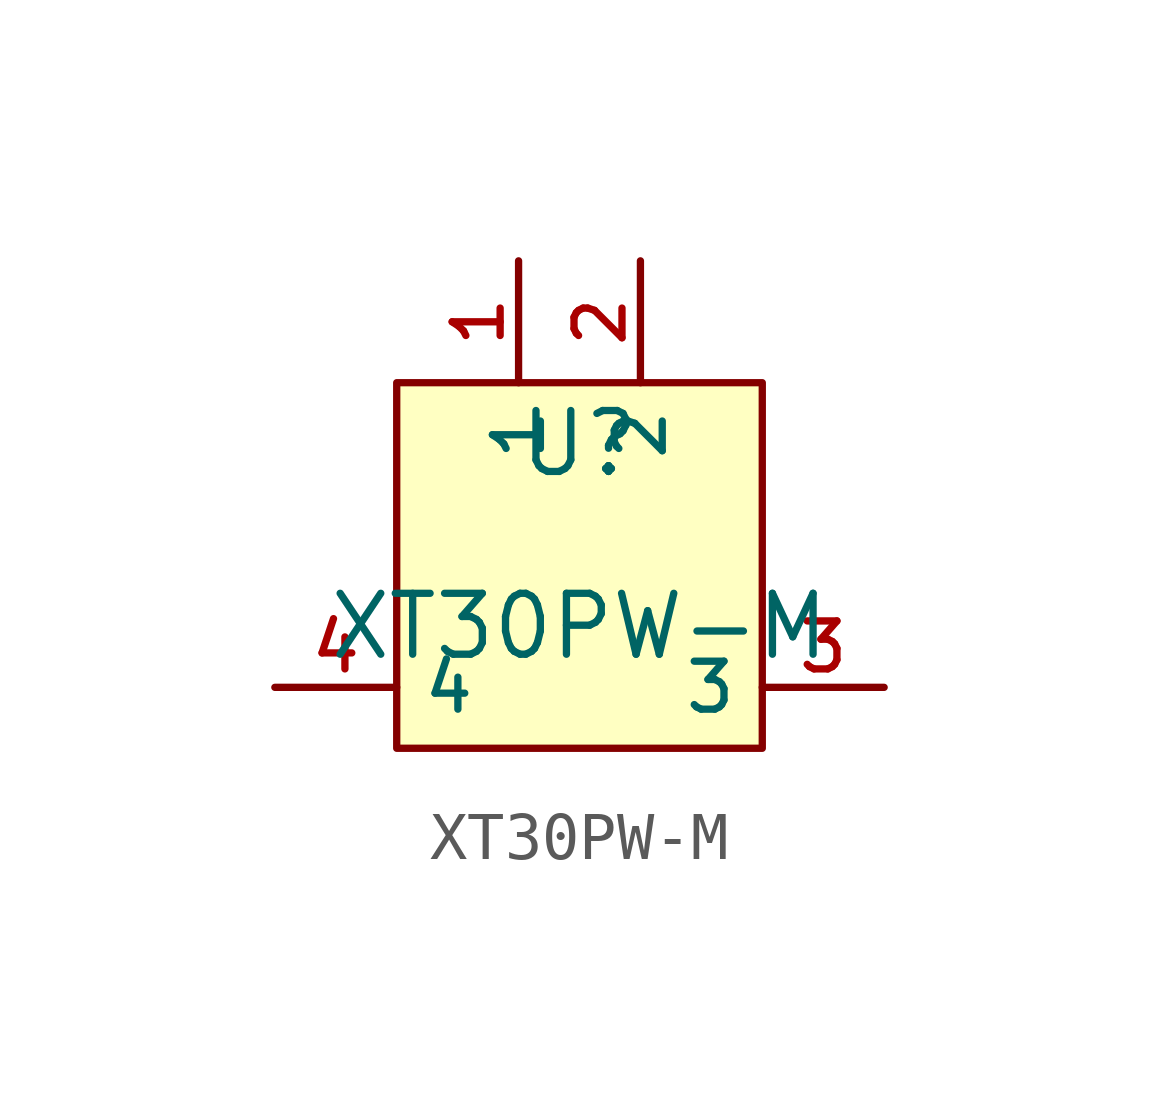
<source format=kicad_sym>
(kicad_symbol_lib
  (version 20210201)
  (generator TousstNicolas/JLC2KiCad_lib)
  (symbol "XT30PW-M"
    (property "Reference" "U"
      (at 0 1.27 0)
      (effects (font (size 1.27 1.27))))
    (property "Value" "XT30PW-M"
      (at 0 -2.54 0)
      (effects (font (size 1.27 1.27))))
    (symbol "XT30PW-M_0_1"
      (rectangle (start -3.81 2.54) (end 3.81 -5.08) (stroke (width 0) (type default) (color 0 0 0 0)) (fill (type background)))
      (pin unspecified line (at -1.27 5.08 270) (length 2.54) (name "1" (effects (font (size 1 1)))) (number "1" (effects (font (size 1 1)))))
      (pin unspecified line (at 1.27 5.08 270) (length 2.54) (name "2" (effects (font (size 1 1)))) (number "2" (effects (font (size 1 1)))))
      (pin unspecified line (at 6.35 -3.81 180) (length 2.54) (name "3" (effects (font (size 1 1)))) (number "3" (effects (font (size 1 1)))))
      (pin unspecified line (at -6.35 -3.81 0) (length 2.54) (name "4" (effects (font (size 1 1)))) (number "4" (effects (font (size 1 1))))))))
</source>
